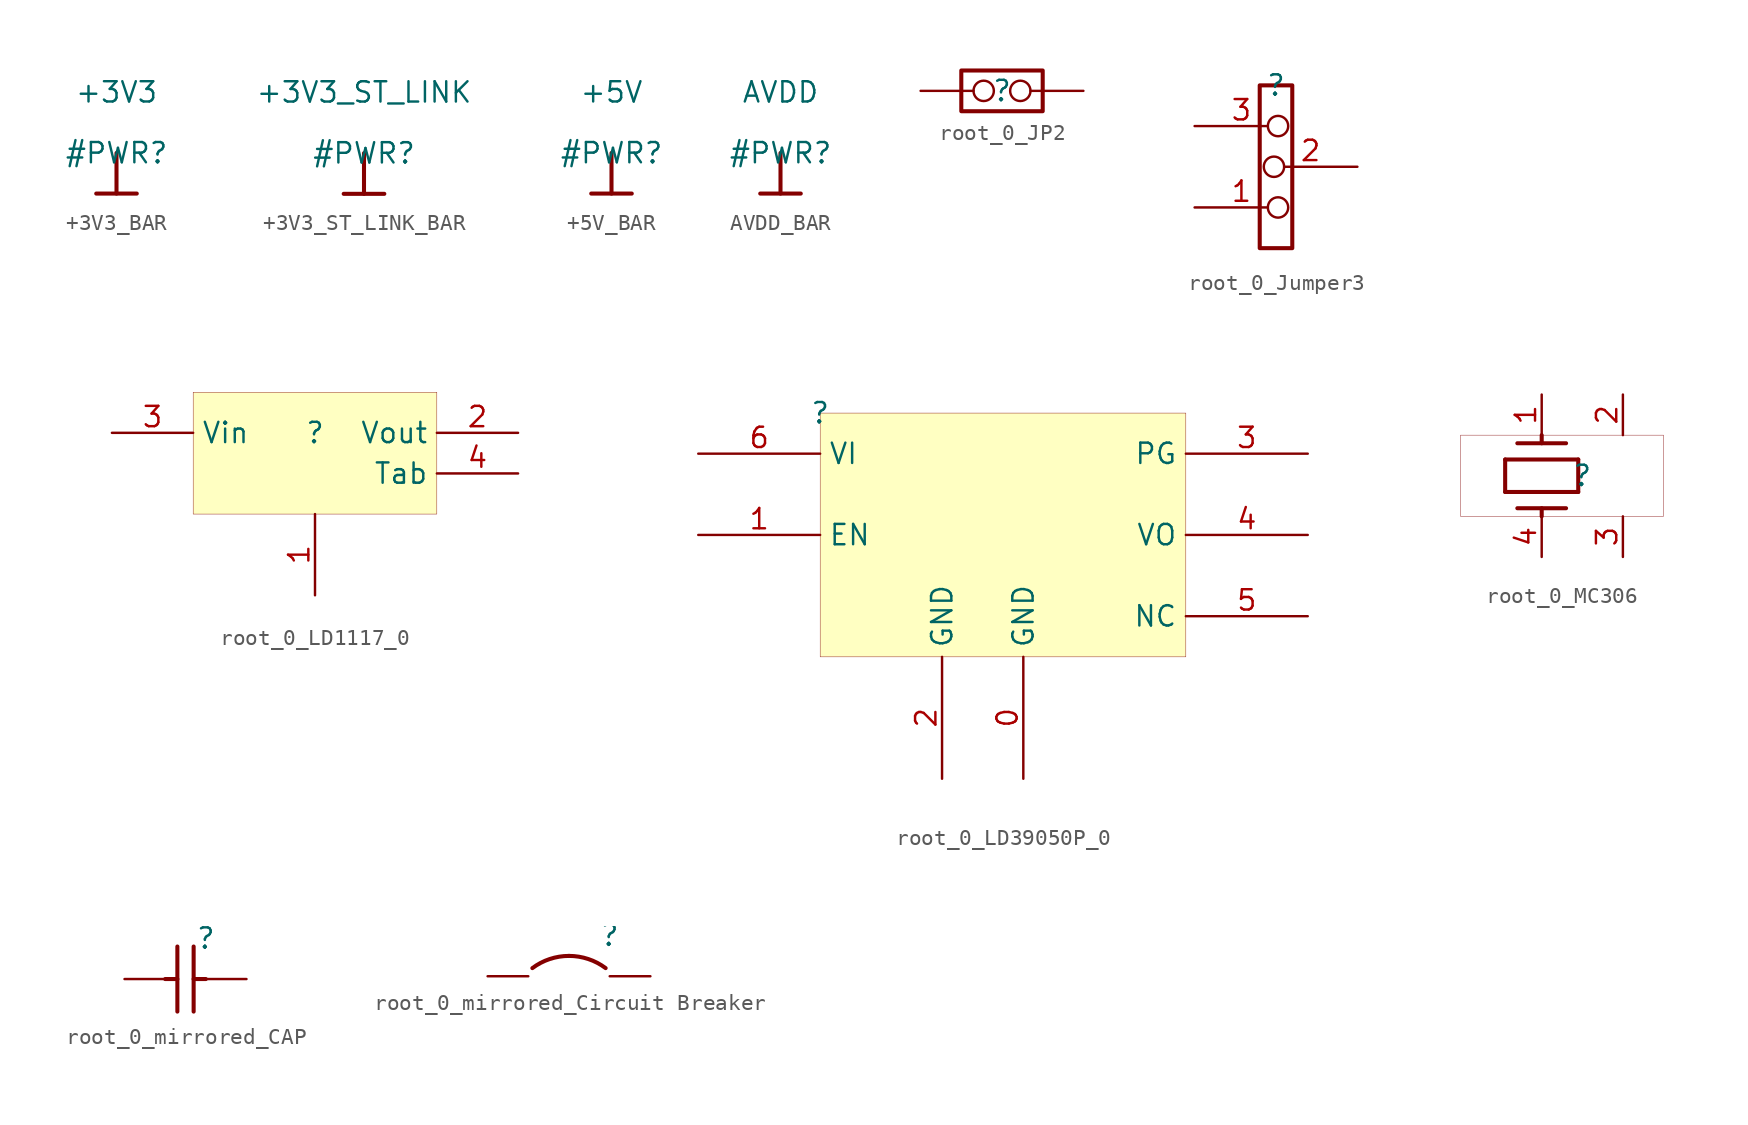
<source format=kicad_sym>
(kicad_symbol_lib
  (version 20231120)
  (generator "kicad_symbol_editor")
  (generator_version "8.0")
  (symbol "+3V3_BAR"
    (power)
    (property "Reference" "#PWR"
      (at 0 0 0)
      (effects (font (size 1.27 1.27))))
    (property "Value" "+3V3"
      (at 0 3.81 0)
      (effects (font (size 1.27 1.27))))
    (symbol "+3V3_BAR_0_0"
      (polyline (pts (xy -1.27 -2.54) (xy 1.27 -2.54)) (stroke (width 0.254) (type solid)) (fill (type none)))
      (polyline (pts (xy 0 0) (xy 0 -2.54)) (stroke (width 0.254) (type solid)) (fill (type none)))
      (pin power_in line (at 0 0 0) (length 0) hide (name "+3V3" (effects (font (size 1.27 1.27)))) (number "" (effects (font (size 1.27 1.27)))))))
  (symbol "+3V3_ST_LINK_BAR"
    (power)
    (property "Reference" "#PWR"
      (at 0 0 0)
      (effects (font (size 1.27 1.27))))
    (property "Value" "+3V3_ST_LINK"
      (at 0 3.81 0)
      (effects (font (size 1.27 1.27))))
    (symbol "+3V3_ST_LINK_BAR_0_0"
      (polyline (pts (xy -1.27 -2.54) (xy 1.27 -2.54)) (stroke (width 0.254) (type solid)) (fill (type none)))
      (polyline (pts (xy 0 0) (xy 0 -2.54)) (stroke (width 0.254) (type solid)) (fill (type none)))
      (pin power_in line (at 0 0 0) (length 0) hide (name "+3V3_ST_LINK" (effects (font (size 1.27 1.27)))) (number "" (effects (font (size 1.27 1.27)))))))
  (symbol "+5V_BAR"
    (power)
    (property "Reference" "#PWR"
      (at 0 0 0)
      (effects (font (size 1.27 1.27))))
    (property "Value" "+5V"
      (at 0 3.81 0)
      (effects (font (size 1.27 1.27))))
    (symbol "+5V_BAR_0_0"
      (polyline (pts (xy -1.27 -2.54) (xy 1.27 -2.54)) (stroke (width 0.254) (type solid)) (fill (type none)))
      (polyline (pts (xy 0 0) (xy 0 -2.54)) (stroke (width 0.254) (type solid)) (fill (type none)))
      (pin power_in line (at 0 0 0) (length 0) hide (name "+5V" (effects (font (size 1.27 1.27)))) (number "" (effects (font (size 1.27 1.27)))))))
  (symbol "AVDD_BAR"
    (power)
    (property "Reference" "#PWR"
      (at 0 0 0)
      (effects (font (size 1.27 1.27))))
    (property "Value" "AVDD"
      (at 0 3.81 0)
      (effects (font (size 1.27 1.27))))
    (symbol "AVDD_BAR_0_0"
      (polyline (pts (xy -1.27 -2.54) (xy 1.27 -2.54)) (stroke (width 0.254) (type solid)) (fill (type none)))
      (polyline (pts (xy 0 0) (xy 0 -2.54)) (stroke (width 0.254) (type solid)) (fill (type none)))
      (pin power_in line (at 0 0 0) (length 0) hide (name "AVDD" (effects (font (size 1.27 1.27)))) (number "" (effects (font (size 1.27 1.27)))))))
  (symbol "root_0_JP2"
    (property "Reference" ""
      (at 0 0 0)
      (effects (font (size 1.27 1.27))))
    (property "Value" ""
      (at 0 0 0)
      (effects (font (size 1.27 1.27))))
    (symbol "root_0_JP2_1_0"
      (polyline (pts (xy -2.54 1.27) (xy 2.54 1.27) (xy 2.54 -1.27) (xy -2.54 -1.27) (xy -2.54 1.27)) (stroke (width 0.254) (type solid)) (fill (type none)))
      (pin passive inverted (at -5.08 0 0) (length 4.572) (name "COMMON" (effects (font (size 0 0)))) (number "1" (effects (font (size 0 0)))))
      (pin passive inverted (at 5.08 0 180) (length 4.572) (name "NO" (effects (font (size 0 0)))) (number "2" (effects (font (size 0 0)))))))
  (symbol "root_0_Jumper3"
    (property "Reference" ""
      (at 0 0 0)
      (effects (font (size 1.27 1.27))))
    (property "Value" ""
      (at 0 0 0)
      (effects (font (size 1.27 1.27))))
    (symbol "root_0_Jumper3_1_0"
      (polyline (pts (xy 1.016 0) (xy -1.016 0) (xy -1.016 -10.16) (xy 1.016 -10.16) (xy 1.016 0)) (stroke (width 0.254) (type solid)) (fill (type none)))
      (pin passive inverted (at -5.08 -7.62 0) (length 5.842) (name "" (effects (font (size 0 0)))) (number "1" (effects (font (size 1.27 1.27)))))
      (pin passive inverted (at 5.08 -5.08 180) (length 5.842) (name "" (effects (font (size 0 0)))) (number "2" (effects (font (size 1.27 1.27)))))
      (pin passive inverted (at -5.08 -2.54 0) (length 5.842) (name "" (effects (font (size 0 0)))) (number "3" (effects (font (size 1.27 1.27)))))))
  (symbol "root_0_LD1117_0"
    (property "Reference" ""
      (at 0 0 0)
      (effects (font (size 1.27 1.27))))
    (property "Value" ""
      (at 0 0 0)
      (effects (font (size 1.27 1.27))))
    (symbol "root_0_LD1117_0_1_0"
      (rectangle (start 7.62 2.54) (end -7.62 -5.08) (stroke (width 0.025) (type solid) (color 128 0 0 1)) (fill (type background)))
      (pin passive line (at 0 -10.16 90) (length 5.08) (name "" (effects (font (size 1.27 1.27)))) (number "1" (effects (font (size 1.27 1.27)))))
      (pin power_in line (at 12.7 0 180) (length 5.08) (name "Vout" (effects (font (size 1.27 1.27)))) (number "2" (effects (font (size 1.27 1.27)))))
      (pin input line (at -12.7 0 0) (length 5.08) (name "Vin" (effects (font (size 1.27 1.27)))) (number "3" (effects (font (size 1.27 1.27)))))
      (pin power_in line (at 12.7 -2.54 180) (length 5.08) (name "Tab" (effects (font (size 1.27 1.27)))) (number "4" (effects (font (size 1.27 1.27)))))))
  (symbol "root_0_LD39050P_0"
    (property "Reference" ""
      (at 0 0 0)
      (effects (font (size 1.27 1.27))))
    (property "Value" ""
      (at 0 0 0)
      (effects (font (size 1.27 1.27))))
    (symbol "root_0_LD39050P_0_1_0"
      (rectangle (start 22.86 0) (end 0 -15.24) (stroke (width 0.025) (type solid) (color 128 0 0 1)) (fill (type background)))
      (pin passive line (at 12.7 -22.86 90) (length 7.62) (name "GND" (effects (font (size 1.27 1.27)))) (number "0" (effects (font (size 1.27 1.27)))))
      (pin passive line (at -7.62 -7.62 0) (length 7.62) (name "EN" (effects (font (size 1.27 1.27)))) (number "1" (effects (font (size 1.27 1.27)))))
      (pin passive line (at 7.62 -22.86 90) (length 7.62) (name "GND" (effects (font (size 1.27 1.27)))) (number "2" (effects (font (size 1.27 1.27)))))
      (pin passive line (at 30.48 -2.54 180) (length 7.62) (name "PG" (effects (font (size 1.27 1.27)))) (number "3" (effects (font (size 1.27 1.27)))))
      (pin passive line (at 30.48 -7.62 180) (length 7.62) (name "VO" (effects (font (size 1.27 1.27)))) (number "4" (effects (font (size 1.27 1.27)))))
      (pin passive line (at 30.48 -12.7 180) (length 7.62) (name "NC" (effects (font (size 1.27 1.27)))) (number "5" (effects (font (size 1.27 1.27)))))
      (pin passive line (at -7.62 -2.54 0) (length 7.62) (name "VI" (effects (font (size 1.27 1.27)))) (number "6" (effects (font (size 1.27 1.27)))))))
  (symbol "root_0_MC306"
    (property "Reference" ""
      (at 0 0 0)
      (effects (font (size 1.27 1.27))))
    (property "Value" ""
      (at 0 0 0)
      (effects (font (size 1.27 1.27))))
    (symbol "root_0_MC306_1_0"
      (polyline (pts (xy -4.826 -1.016) (xy -4.826 1.016)) (stroke (width 0.254) (type solid)) (fill (type none)))
      (polyline (pts (xy -4.826 -1.016) (xy -0.254 -1.016)) (stroke (width 0.254) (type solid)) (fill (type none)))
      (polyline (pts (xy -4.826 1.016) (xy -0.254 1.016)) (stroke (width 0.254) (type solid)) (fill (type none)))
      (polyline (pts (xy -4.064 -2.032) (xy -1.016 -2.032)) (stroke (width 0.254) (type solid)) (fill (type none)))
      (polyline (pts (xy -4.064 2.032) (xy -1.016 2.032)) (stroke (width 0.254) (type solid)) (fill (type none)))
      (polyline (pts (xy -2.54 -2.54) (xy -2.54 -2.032)) (stroke (width 0.254) (type solid)) (fill (type none)))
      (polyline (pts (xy -2.54 2.032) (xy -2.54 2.54)) (stroke (width 0.254) (type solid)) (fill (type none)))
      (polyline (pts (xy -0.254 -1.016) (xy -0.254 1.016)) (stroke (width 0.254) (type solid)) (fill (type none)))
      (rectangle (start 5.08 2.54) (end -7.62 -2.54) (stroke (width 0.025) (type solid) (color 128 0 0 1)) (fill (type none)))
      (pin passive line (at -2.54 5.08 270) (length 2.54) (name "1" (effects (font (size 0 0)))) (number "1" (effects (font (size 1.27 1.27)))))
      (pin passive line (at 2.54 5.08 270) (length 2.54) (name "2" (effects (font (size 0 0)))) (number "2" (effects (font (size 1.27 1.27)))))
      (pin passive line (at 2.54 -5.08 90) (length 2.54) (name "3" (effects (font (size 0 0)))) (number "3" (effects (font (size 1.27 1.27)))))
      (pin passive line (at -2.54 -5.08 90) (length 2.54) (name "4" (effects (font (size 0 0)))) (number "4" (effects (font (size 1.27 1.27)))))))
  (symbol "root_0_mirrored_CAP"
    (property "Reference" ""
      (at 0 0 0)
      (effects (font (size 1.27 1.27))))
    (property "Value" ""
      (at 0 0 0)
      (effects (font (size 1.27 1.27))))
    (symbol "root_0_mirrored_CAP_1_0"
      (polyline (pts (xy -2.54 -2.54) (xy -1.778 -2.54)) (stroke (width 0.254) (type solid)) (fill (type none)))
      (polyline (pts (xy -1.778 -0.508) (xy -1.778 -4.572)) (stroke (width 0.254) (type solid)) (fill (type none)))
      (polyline (pts (xy -0.762 -4.572) (xy -0.762 -0.508)) (stroke (width 0.254) (type solid)) (fill (type none)))
      (polyline (pts (xy 0 -2.54) (xy -0.762 -2.54)) (stroke (width 0.254) (type solid)) (fill (type none)))
      (pin passive line (at 2.54 -2.54 180) (length 2.54) (name "1" (effects (font (size 0 0)))) (number "1" (effects (font (size 0 0)))))
      (pin passive line (at -5.08 -2.54 0) (length 2.54) (name "2" (effects (font (size 0 0)))) (number "2" (effects (font (size 0 0)))))))
  (symbol "root_0_mirrored_Circuit Breaker"
    (property "Reference" ""
      (at 0 0 0)
      (effects (font (size 1.27 1.27))))
    (property "Value" ""
      (at 0 0 0)
      (effects (font (size 1.27 1.27))))
    (symbol "root_0_mirrored_Circuit Breaker_1_0"
      (arc (start -2.54 -1.27) (mid -3.7448 -1.4655) (end -4.826 -2.032) (stroke (width 0.254) (type solid)) (fill (type none)))
      (arc (start -0.254 -2.032) (mid -1.3352 -1.4655) (end -2.54 -1.27) (stroke (width 0.254) (type solid)) (fill (type none)))
      (pin passive line (at 2.54 -2.54 180) (length 2.54) (name "1" (effects (font (size 0 0)))) (number "1" (effects (font (size 0 0)))))
      (pin passive line (at -7.62 -2.54 0) (length 2.54) (name "2" (effects (font (size 0 0)))) (number "2" (effects (font (size 0 0))))))))
</source>
